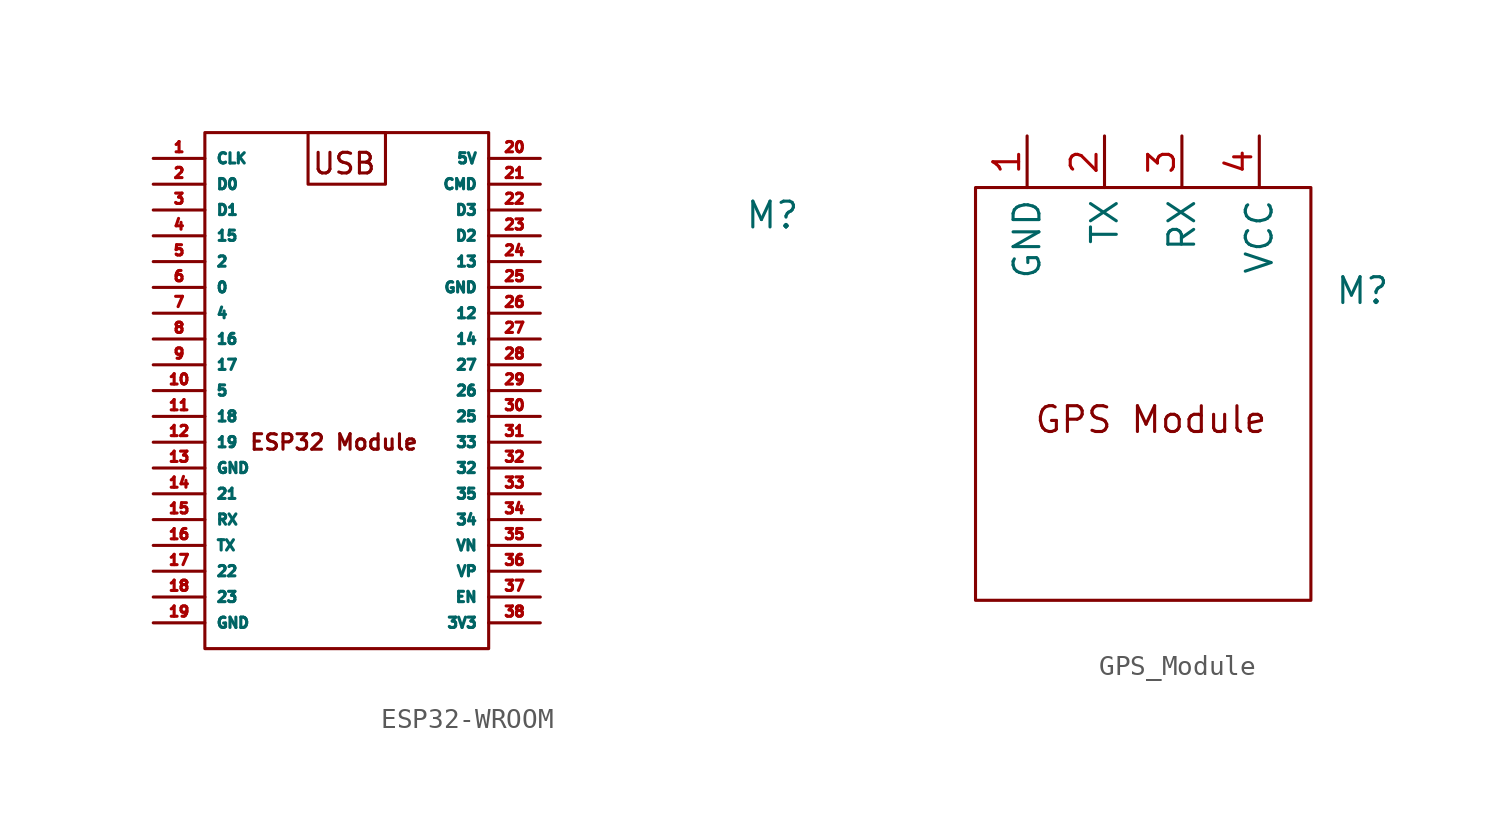
<source format=kicad_sym>
(kicad_symbol_lib
  (version 20231120)
  (generator "kicad_symbol_editor")
  (generator_version "8.0")
  (symbol "ESP32-WROOM"
    (property "Reference" "M"
      (at 20.32 7.366 0)
      (effects (font (size 1.27 1.27))))
    (property "Value" ""
      (at 7.62 0 0)
      (effects (font (size 1.27 1.27))))
    (symbol "ESP32-WROOM_0_1"
      (rectangle (start -7.62 11.43) (end 6.35 -13.97) (stroke (width 0) (type default)) (fill (type none)))
      (rectangle (start -2.54 11.43) (end 1.27 8.89) (stroke (width 0) (type default)) (fill (type none))))
    (symbol "ESP32-WROOM_1_1"
      (text "ESP32 Module" (at -1.27 -3.81 0) (effects (font (size 0.762 0.762))))
      (text "USB" (at -0.762 9.906 0) (effects (font (size 1.016 1.016))))
      (pin input line (at -10.16 10.16 0) (length 2.54) (name "CLK" (effects (font (size 0.508 0.508)))) (number "1" (effects (font (size 0.508 0.508)))))
      (pin input line (at -10.16 -1.27 0) (length 2.54) (name "5" (effects (font (size 0.508 0.508)))) (number "10" (effects (font (size 0.508 0.508)))))
      (pin input line (at -10.16 -2.54 0) (length 2.54) (name "18" (effects (font (size 0.508 0.508)))) (number "11" (effects (font (size 0.508 0.508)))))
      (pin input line (at -10.16 -3.81 0) (length 2.54) (name "19" (effects (font (size 0.508 0.508)))) (number "12" (effects (font (size 0.508 0.508)))))
      (pin input line (at -10.16 -5.08 0) (length 2.54) (name "GND" (effects (font (size 0.508 0.508)))) (number "13" (effects (font (size 0.508 0.508)))))
      (pin input line (at -10.16 -6.35 0) (length 2.54) (name "21" (effects (font (size 0.508 0.508)))) (number "14" (effects (font (size 0.508 0.508)))))
      (pin input line (at -10.16 -7.62 0) (length 2.54) (name "RX" (effects (font (size 0.508 0.508)))) (number "15" (effects (font (size 0.508 0.508)))))
      (pin input line (at -10.16 -8.89 0) (length 2.54) (name "TX" (effects (font (size 0.508 0.508)))) (number "16" (effects (font (size 0.508 0.508)))))
      (pin input line (at -10.16 -10.16 0) (length 2.54) (name "22" (effects (font (size 0.508 0.508)))) (number "17" (effects (font (size 0.508 0.508)))))
      (pin input line (at -10.16 -11.43 0) (length 2.54) (name "23" (effects (font (size 0.508 0.508)))) (number "18" (effects (font (size 0.508 0.508)))))
      (pin input line (at -10.16 -12.7 0) (length 2.54) (name "GND" (effects (font (size 0.508 0.508)))) (number "19" (effects (font (size 0.508 0.508)))))
      (pin input line (at -10.16 8.89 0) (length 2.54) (name "D0" (effects (font (size 0.508 0.508)))) (number "2" (effects (font (size 0.508 0.508)))))
      (pin input line (at 8.89 10.16 180) (length 2.54) (name "5V" (effects (font (size 0.508 0.508)))) (number "20" (effects (font (size 0.508 0.508)))))
      (pin input line (at 8.89 8.89 180) (length 2.54) (name "CMD" (effects (font (size 0.508 0.508)))) (number "21" (effects (font (size 0.508 0.508)))))
      (pin input line (at 8.89 7.62 180) (length 2.54) (name "D3" (effects (font (size 0.508 0.508)))) (number "22" (effects (font (size 0.508 0.508)))))
      (pin input line (at 8.89 6.35 180) (length 2.54) (name "D2" (effects (font (size 0.508 0.508)))) (number "23" (effects (font (size 0.508 0.508)))))
      (pin input line (at 8.89 5.08 180) (length 2.54) (name "13" (effects (font (size 0.508 0.508)))) (number "24" (effects (font (size 0.508 0.508)))))
      (pin input line (at 8.89 3.81 180) (length 2.54) (name "GND" (effects (font (size 0.508 0.508)))) (number "25" (effects (font (size 0.508 0.508)))))
      (pin input line (at 8.89 2.54 180) (length 2.54) (name "12" (effects (font (size 0.508 0.508)))) (number "26" (effects (font (size 0.508 0.508)))))
      (pin input line (at 8.89 1.27 180) (length 2.54) (name "14" (effects (font (size 0.508 0.508)))) (number "27" (effects (font (size 0.508 0.508)))))
      (pin input line (at 8.89 0 180) (length 2.54) (name "27" (effects (font (size 0.508 0.508)))) (number "28" (effects (font (size 0.508 0.508)))))
      (pin input line (at 8.89 -1.27 180) (length 2.54) (name "26" (effects (font (size 0.508 0.508)))) (number "29" (effects (font (size 0.508 0.508)))))
      (pin input line (at -10.16 7.62 0) (length 2.54) (name "D1" (effects (font (size 0.508 0.508)))) (number "3" (effects (font (size 0.508 0.508)))))
      (pin input line (at 8.89 -2.54 180) (length 2.54) (name "25" (effects (font (size 0.508 0.508)))) (number "30" (effects (font (size 0.508 0.508)))))
      (pin input line (at 8.89 -3.81 180) (length 2.54) (name "33" (effects (font (size 0.508 0.508)))) (number "31" (effects (font (size 0.508 0.508)))))
      (pin input line (at 8.89 -5.08 180) (length 2.54) (name "32" (effects (font (size 0.508 0.508)))) (number "32" (effects (font (size 0.508 0.508)))))
      (pin input line (at 8.89 -6.35 180) (length 2.54) (name "35" (effects (font (size 0.508 0.508)))) (number "33" (effects (font (size 0.508 0.508)))))
      (pin input line (at 8.89 -7.62 180) (length 2.54) (name "34" (effects (font (size 0.508 0.508)))) (number "34" (effects (font (size 0.508 0.508)))))
      (pin input line (at 8.89 -8.89 180) (length 2.54) (name "VN" (effects (font (size 0.508 0.508)))) (number "35" (effects (font (size 0.508 0.508)))))
      (pin input line (at 8.89 -10.16 180) (length 2.54) (name "VP" (effects (font (size 0.508 0.508)))) (number "36" (effects (font (size 0.508 0.508)))))
      (pin input line (at 8.89 -11.43 180) (length 2.54) (name "EN" (effects (font (size 0.508 0.508)))) (number "37" (effects (font (size 0.508 0.508)))))
      (pin input line (at 8.89 -12.7 180) (length 2.54) (name "3V3" (effects (font (size 0.508 0.508)))) (number "38" (effects (font (size 0.508 0.508)))))
      (pin input line (at -10.16 6.35 0) (length 2.54) (name "15" (effects (font (size 0.508 0.508)))) (number "4" (effects (font (size 0.508 0.508)))))
      (pin input line (at -10.16 5.08 0) (length 2.54) (name "2" (effects (font (size 0.508 0.508)))) (number "5" (effects (font (size 0.508 0.508)))))
      (pin input line (at -10.16 3.81 0) (length 2.54) (name "0" (effects (font (size 0.508 0.508)))) (number "6" (effects (font (size 0.508 0.508)))))
      (pin input line (at -10.16 2.54 0) (length 2.54) (name "4" (effects (font (size 0.508 0.508)))) (number "7" (effects (font (size 0.508 0.508)))))
      (pin input line (at -10.16 1.27 0) (length 2.54) (name "16" (effects (font (size 0.508 0.508)))) (number "8" (effects (font (size 0.508 0.508)))))
      (pin input line (at -10.16 0 0) (length 2.54) (name "17" (effects (font (size 0.508 0.508)))) (number "9" (effects (font (size 0.508 0.508)))))))
  (symbol "GPS_Module"
    (property "Reference" "M"
      (at 0 0 0)
      (effects (font (size 1.27 1.27))))
    (property "Value" ""
      (at 0 0 0)
      (effects (font (size 1.27 1.27))))
    (symbol "GPS_Module_0_1"
      (rectangle (start -19.05 5.08) (end -2.54 -15.24) (stroke (width 0) (type default)) (fill (type none))))
    (symbol "GPS_Module_1_1"
      (text "GPS Module" (at -10.414 -6.35 0) (effects (font (size 1.27 1.27))))
      (pin input line (at -16.51 7.62 270) (length 2.54) (name "GND" (effects (font (size 1.27 1.27)))) (number "1" (effects (font (size 1.27 1.27)))))
      (pin input line (at -12.7 7.62 270) (length 2.54) (name "TX" (effects (font (size 1.27 1.27)))) (number "2" (effects (font (size 1.27 1.27)))))
      (pin input line (at -8.89 7.62 270) (length 2.54) (name "RX" (effects (font (size 1.27 1.27)))) (number "3" (effects (font (size 1.27 1.27)))))
      (pin input line (at -5.08 7.62 270) (length 2.54) (name "VCC" (effects (font (size 1.27 1.27)))) (number "4" (effects (font (size 1.27 1.27))))))))
</source>
